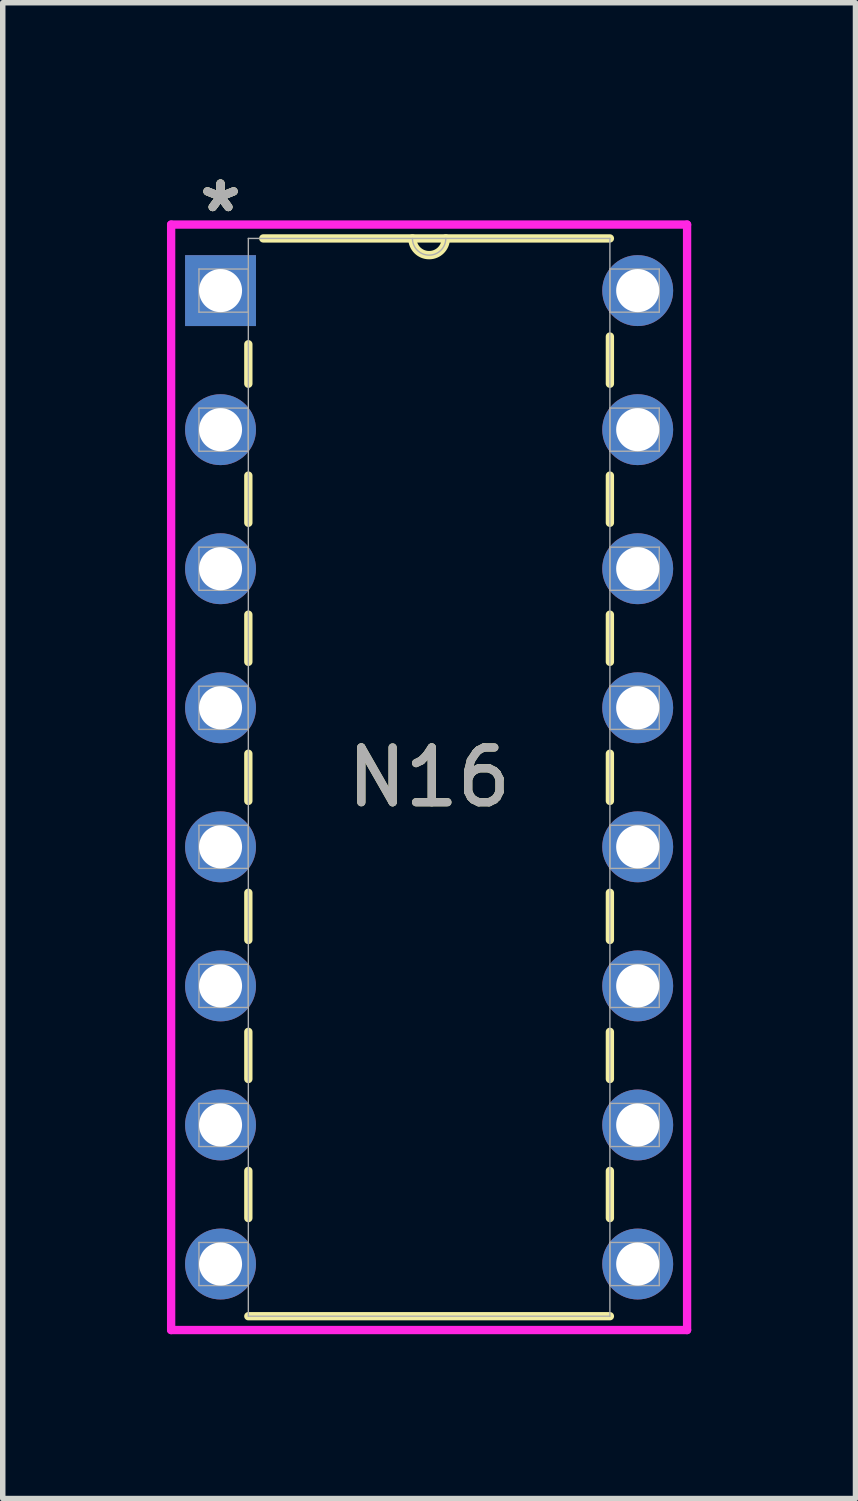
<source format=kicad_pcb>
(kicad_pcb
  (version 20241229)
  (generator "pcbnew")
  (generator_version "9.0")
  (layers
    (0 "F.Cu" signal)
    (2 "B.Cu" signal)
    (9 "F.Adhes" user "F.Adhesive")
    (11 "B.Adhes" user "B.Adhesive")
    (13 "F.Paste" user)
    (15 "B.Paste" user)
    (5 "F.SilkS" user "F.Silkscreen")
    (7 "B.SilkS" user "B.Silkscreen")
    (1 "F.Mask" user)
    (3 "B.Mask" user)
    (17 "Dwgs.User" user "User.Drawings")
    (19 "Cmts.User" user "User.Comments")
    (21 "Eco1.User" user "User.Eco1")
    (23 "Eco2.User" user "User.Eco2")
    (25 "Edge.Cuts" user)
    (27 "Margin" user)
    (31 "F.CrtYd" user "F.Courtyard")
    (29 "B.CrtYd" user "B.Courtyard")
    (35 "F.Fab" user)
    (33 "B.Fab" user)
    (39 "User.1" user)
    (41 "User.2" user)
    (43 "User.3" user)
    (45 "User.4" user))
  (footprint "N16"
    (layer "F.Cu")
    (at 8.598 20.038)
    (property "Reference" "N16" (at -3.81 -8.89 0) (unlocked yes) (layer "F.SilkS") (effects (font (size 1 1) (thickness 0.15))))
    (attr through_hole)
    (fp_line (start -7.112 -16.8) (end -7.112 -16.079) (stroke (width 0.152) (type solid)) (layer "F.SilkS"))
    (fp_line (start -7.112 -14.401) (end -7.112 -13.539) (stroke (width 0.152) (type solid)) (layer "F.SilkS"))
    (fp_line (start -7.112 -11.861) (end -7.112 -10.999) (stroke (width 0.152) (type solid)) (layer "F.SilkS"))
    (fp_line (start -7.112 -9.321) (end -7.112 -8.459) (stroke (width 0.152) (type solid)) (layer "F.SilkS"))
    (fp_line (start -7.112 -6.781) (end -7.112 -5.919) (stroke (width 0.152) (type solid)) (layer "F.SilkS"))
    (fp_line (start -7.112 -4.241) (end -7.112 -3.379) (stroke (width 0.152) (type solid)) (layer "F.SilkS"))
    (fp_line (start -7.112 -1.701) (end -7.112 -0.839) (stroke (width 0.152) (type solid)) (layer "F.SilkS"))
    (fp_line (start -7.112 0.953) (end -0.508 0.953) (stroke (width 0.152) (type solid)) (layer "F.SilkS"))
    (fp_line (start -0.508 -18.733) (end -6.839 -18.733) (stroke (width 0.152) (type solid)) (layer "F.SilkS"))
    (fp_line (start -0.508 -16.079) (end -0.508 -16.941) (stroke (width 0.152) (type solid)) (layer "F.SilkS"))
    (fp_line (start -0.508 -13.539) (end -0.508 -14.401) (stroke (width 0.152) (type solid)) (layer "F.SilkS"))
    (fp_line (start -0.508 -10.999) (end -0.508 -11.861) (stroke (width 0.152) (type solid)) (layer "F.SilkS"))
    (fp_line (start -0.508 -8.459) (end -0.508 -9.321) (stroke (width 0.152) (type solid)) (layer "F.SilkS"))
    (fp_line (start -0.508 -5.919) (end -0.508 -6.781) (stroke (width 0.152) (type solid)) (layer "F.SilkS"))
    (fp_line (start -0.508 -3.379) (end -0.508 -4.241) (stroke (width 0.152) (type solid)) (layer "F.SilkS"))
    (fp_line (start -0.508 -0.839) (end -0.508 -1.701) (stroke (width 0.152) (type solid)) (layer "F.SilkS"))
    (fp_arc (start -3.5052 -18.7325) (mid -3.81 -18.4277) (end -4.1148 -18.7325) (stroke (width 0.1524) (type solid)) (layer "F.SilkS"))
    (fp_line (start -8.522 -18.986) (end -8.522 1.206) (stroke (width 0.152) (type solid)) (layer "F.CrtYd"))
    (fp_line (start -8.522 1.206) (end 0.902 1.206) (stroke (width 0.152) (type solid)) (layer "F.CrtYd"))
    (fp_line (start 0.902 -18.986) (end -8.522 -18.986) (stroke (width 0.152) (type solid)) (layer "F.CrtYd"))
    (fp_line (start 0.902 1.206) (end 0.902 -18.986) (stroke (width 0.152) (type solid)) (layer "F.CrtYd"))
    (fp_line (start -8.014 -18.174) (end -8.014 -17.386) (stroke (width 0.025) (type solid)) (layer "F.Fab"))
    (fp_line (start -8.014 -17.386) (end -7.112 -17.386) (stroke (width 0.025) (type solid)) (layer "F.Fab"))
    (fp_line (start -8.014 -15.634) (end -8.014 -14.846) (stroke (width 0.025) (type solid)) (layer "F.Fab"))
    (fp_line (start -8.014 -14.846) (end -7.112 -14.846) (stroke (width 0.025) (type solid)) (layer "F.Fab"))
    (fp_line (start -8.014 -13.094) (end -8.014 -12.306) (stroke (width 0.025) (type solid)) (layer "F.Fab"))
    (fp_line (start -8.014 -12.306) (end -7.112 -12.306) (stroke (width 0.025) (type solid)) (layer "F.Fab"))
    (fp_line (start -8.014 -10.554) (end -8.014 -9.766) (stroke (width 0.025) (type solid)) (layer "F.Fab"))
    (fp_line (start -8.014 -9.766) (end -7.112 -9.766) (stroke (width 0.025) (type solid)) (layer "F.Fab"))
    (fp_line (start -8.014 -8.014) (end -8.014 -7.226) (stroke (width 0.025) (type solid)) (layer "F.Fab"))
    (fp_line (start -8.014 -7.226) (end -7.112 -7.226) (stroke (width 0.025) (type solid)) (layer "F.Fab"))
    (fp_line (start -8.014 -5.474) (end -8.014 -4.686) (stroke (width 0.025) (type solid)) (layer "F.Fab"))
    (fp_line (start -8.014 -4.686) (end -7.112 -4.686) (stroke (width 0.025) (type solid)) (layer "F.Fab"))
    (fp_line (start -8.014 -2.934) (end -8.014 -2.146) (stroke (width 0.025) (type solid)) (layer "F.Fab"))
    (fp_line (start -8.014 -2.146) (end -7.112 -2.146) (stroke (width 0.025) (type solid)) (layer "F.Fab"))
    (fp_line (start -8.014 -0.394) (end -8.014 0.394) (stroke (width 0.025) (type solid)) (layer "F.Fab"))
    (fp_line (start -8.014 0.394) (end -7.112 0.394) (stroke (width 0.025) (type solid)) (layer "F.Fab"))
    (fp_line (start -7.112 -18.733) (end -7.112 0.953) (stroke (width 0.025) (type solid)) (layer "F.Fab"))
    (fp_line (start -7.112 -18.174) (end -8.014 -18.174) (stroke (width 0.025) (type solid)) (layer "F.Fab"))
    (fp_line (start -7.112 -17.386) (end -7.112 -18.174) (stroke (width 0.025) (type solid)) (layer "F.Fab"))
    (fp_line (start -7.112 -15.634) (end -8.014 -15.634) (stroke (width 0.025) (type solid)) (layer "F.Fab"))
    (fp_line (start -7.112 -14.846) (end -7.112 -15.634) (stroke (width 0.025) (type solid)) (layer "F.Fab"))
    (fp_line (start -7.112 -13.094) (end -8.014 -13.094) (stroke (width 0.025) (type solid)) (layer "F.Fab"))
    (fp_line (start -7.112 -12.306) (end -7.112 -13.094) (stroke (width 0.025) (type solid)) (layer "F.Fab"))
    (fp_line (start -7.112 -10.554) (end -8.014 -10.554) (stroke (width 0.025) (type solid)) (layer "F.Fab"))
    (fp_line (start -7.112 -9.766) (end -7.112 -10.554) (stroke (width 0.025) (type solid)) (layer "F.Fab"))
    (fp_line (start -7.112 -8.014) (end -8.014 -8.014) (stroke (width 0.025) (type solid)) (layer "F.Fab"))
    (fp_line (start -7.112 -7.226) (end -7.112 -8.014) (stroke (width 0.025) (type solid)) (layer "F.Fab"))
    (fp_line (start -7.112 -5.474) (end -8.014 -5.474) (stroke (width 0.025) (type solid)) (layer "F.Fab"))
    (fp_line (start -7.112 -4.686) (end -7.112 -5.474) (stroke (width 0.025) (type solid)) (layer "F.Fab"))
    (fp_line (start -7.112 -2.934) (end -8.014 -2.934) (stroke (width 0.025) (type solid)) (layer "F.Fab"))
    (fp_line (start -7.112 -2.146) (end -7.112 -2.934) (stroke (width 0.025) (type solid)) (layer "F.Fab"))
    (fp_line (start -7.112 -0.394) (end -8.014 -0.394) (stroke (width 0.025) (type solid)) (layer "F.Fab"))
    (fp_line (start -7.112 0.394) (end -7.112 -0.394) (stroke (width 0.025) (type solid)) (layer "F.Fab"))
    (fp_line (start -7.112 0.953) (end -0.508 0.953) (stroke (width 0.025) (type solid)) (layer "F.Fab"))
    (fp_line (start -0.508 -18.733) (end -7.112 -18.733) (stroke (width 0.025) (type solid)) (layer "F.Fab"))
    (fp_line (start -0.508 -18.174) (end -0.508 -17.386) (stroke (width 0.025) (type solid)) (layer "F.Fab"))
    (fp_line (start -0.508 -17.386) (end 0.394 -17.386) (stroke (width 0.025) (type solid)) (layer "F.Fab"))
    (fp_line (start -0.508 -15.634) (end -0.508 -14.846) (stroke (width 0.025) (type solid)) (layer "F.Fab"))
    (fp_line (start -0.508 -14.846) (end 0.394 -14.846) (stroke (width 0.025) (type solid)) (layer "F.Fab"))
    (fp_line (start -0.508 -13.094) (end -0.508 -12.306) (stroke (width 0.025) (type solid)) (layer "F.Fab"))
    (fp_line (start -0.508 -12.306) (end 0.394 -12.306) (stroke (width 0.025) (type solid)) (layer "F.Fab"))
    (fp_line (start -0.508 -10.554) (end -0.508 -9.766) (stroke (width 0.025) (type solid)) (layer "F.Fab"))
    (fp_line (start -0.508 -9.766) (end 0.394 -9.766) (stroke (width 0.025) (type solid)) (layer "F.Fab"))
    (fp_line (start -0.508 -8.014) (end -0.508 -7.226) (stroke (width 0.025) (type solid)) (layer "F.Fab"))
    (fp_line (start -0.508 -7.226) (end 0.394 -7.226) (stroke (width 0.025) (type solid)) (layer "F.Fab"))
    (fp_line (start -0.508 -5.474) (end -0.508 -4.686) (stroke (width 0.025) (type solid)) (layer "F.Fab"))
    (fp_line (start -0.508 -4.686) (end 0.394 -4.686) (stroke (width 0.025) (type solid)) (layer "F.Fab"))
    (fp_line (start -0.508 -2.934) (end -0.508 -2.146) (stroke (width 0.025) (type solid)) (layer "F.Fab"))
    (fp_line (start -0.508 -2.146) (end 0.394 -2.146) (stroke (width 0.025) (type solid)) (layer "F.Fab"))
    (fp_line (start -0.508 -0.394) (end -0.508 0.394) (stroke (width 0.025) (type solid)) (layer "F.Fab"))
    (fp_line (start -0.508 0.394) (end 0.394 0.394) (stroke (width 0.025) (type solid)) (layer "F.Fab"))
    (fp_line (start -0.508 0.953) (end -0.508 -18.733) (stroke (width 0.025) (type solid)) (layer "F.Fab"))
    (fp_line (start 0.394 -18.174) (end -0.508 -18.174) (stroke (width 0.025) (type solid)) (layer "F.Fab"))
    (fp_line (start 0.394 -17.386) (end 0.394 -18.174) (stroke (width 0.025) (type solid)) (layer "F.Fab"))
    (fp_line (start 0.394 -15.634) (end -0.508 -15.634) (stroke (width 0.025) (type solid)) (layer "F.Fab"))
    (fp_line (start 0.394 -14.846) (end 0.394 -15.634) (stroke (width 0.025) (type solid)) (layer "F.Fab"))
    (fp_line (start 0.394 -13.094) (end -0.508 -13.094) (stroke (width 0.025) (type solid)) (layer "F.Fab"))
    (fp_line (start 0.394 -12.306) (end 0.394 -13.094) (stroke (width 0.025) (type solid)) (layer "F.Fab"))
    (fp_line (start 0.394 -10.554) (end -0.508 -10.554) (stroke (width 0.025) (type solid)) (layer "F.Fab"))
    (fp_line (start 0.394 -9.766) (end 0.394 -10.554) (stroke (width 0.025) (type solid)) (layer "F.Fab"))
    (fp_line (start 0.394 -8.014) (end -0.508 -8.014) (stroke (width 0.025) (type solid)) (layer "F.Fab"))
    (fp_line (start 0.394 -7.226) (end 0.394 -8.014) (stroke (width 0.025) (type solid)) (layer "F.Fab"))
    (fp_line (start 0.394 -5.474) (end -0.508 -5.474) (stroke (width 0.025) (type solid)) (layer "F.Fab"))
    (fp_line (start 0.394 -4.686) (end 0.394 -5.474) (stroke (width 0.025) (type solid)) (layer "F.Fab"))
    (fp_line (start 0.394 -2.934) (end -0.508 -2.934) (stroke (width 0.025) (type solid)) (layer "F.Fab"))
    (fp_line (start 0.394 -2.146) (end 0.394 -2.934) (stroke (width 0.025) (type solid)) (layer "F.Fab"))
    (fp_line (start 0.394 -0.394) (end -0.508 -0.394) (stroke (width 0.025) (type solid)) (layer "F.Fab"))
    (fp_line (start 0.394 0.394) (end 0.394 -0.394) (stroke (width 0.025) (type solid)) (layer "F.Fab"))
    (fp_arc (start -3.5052 -18.7325) (mid -3.81 -18.4277) (end -4.1148 -18.7325) (stroke (width 0.0254) (type solid)) (layer "F.Fab"))
    (fp_text user "*" (at -7.62 -19.19 0) (unlocked yes) (layer "F.SilkS") (effects (font (size 1 1) (thickness 0.15))))
    (fp_text user "*" (at -7.62 -19.19 0) (layer "F.SilkS") (effects (font (size 1 1) (thickness 0.15))))
    (fp_text user "${REFERENCE}" (at -3.81 -8.89 0) (unlocked yes) (layer "F.Fab") (effects (font (size 1 1) (thickness 0.15))))
    (fp_text user "*" (at -7.62 -19.19 0) (layer "F.Fab") (effects (font (size 1 1) (thickness 0.15))))
    (fp_text user "*" (at -7.62 -19.19 0) (unlocked yes) (layer "F.Fab") (effects (font (size 1 1) (thickness 0.15))))
    (pad "1" thru_hole rect (at -7.62 -17.78) (size 1.295 1.295) (drill 0.787) (layers "*.Cu" "*.Mask"))
    (pad "2" thru_hole circle (at -7.62 -15.24) (size 1.295 1.295) (drill 0.787) (layers "*.Cu" "*.Mask"))
    (pad "3" thru_hole circle (at -7.62 -12.7) (size 1.295 1.295) (drill 0.787) (layers "*.Cu" "*.Mask"))
    (pad "4" thru_hole circle (at -7.62 -10.16) (size 1.295 1.295) (drill 0.787) (layers "*.Cu" "*.Mask"))
    (pad "5" thru_hole circle (at -7.62 -7.62) (size 1.295 1.295) (drill 0.787) (layers "*.Cu" "*.Mask"))
    (pad "6" thru_hole circle (at -7.62 -5.08) (size 1.295 1.295) (drill 0.787) (layers "*.Cu" "*.Mask"))
    (pad "7" thru_hole circle (at -7.62 -2.54) (size 1.295 1.295) (drill 0.787) (layers "*.Cu" "*.Mask"))
    (pad "8" thru_hole circle (at -7.62 0) (size 1.295 1.295) (drill 0.787) (layers "*.Cu" "*.Mask"))
    (pad "9" thru_hole circle (at 0 0) (size 1.295 1.295) (drill 0.787) (layers "*.Cu" "*.Mask"))
    (pad "10" thru_hole circle (at 0 -2.54) (size 1.295 1.295) (drill 0.787) (layers "*.Cu" "*.Mask"))
    (pad "11" thru_hole circle (at 0 -5.08) (size 1.295 1.295) (drill 0.787) (layers "*.Cu" "*.Mask"))
    (pad "12" thru_hole circle (at 0 -7.62) (size 1.295 1.295) (drill 0.787) (layers "*.Cu" "*.Mask"))
    (pad "13" thru_hole circle (at 0 -10.16) (size 1.295 1.295) (drill 0.787) (layers "*.Cu" "*.Mask"))
    (pad "14" thru_hole circle (at 0 -12.7) (size 1.295 1.295) (drill 0.787) (layers "*.Cu" "*.Mask"))
    (pad "15" thru_hole circle (at 0 -15.24) (size 1.295 1.295) (drill 0.787) (layers "*.Cu" "*.Mask"))
    (pad "16" thru_hole circle (at 0 -17.78) (size 1.295 1.295) (drill 0.787) (layers "*.Cu" "*.Mask")))
  (gr_rect
    (start -3 -3)
    (end 12.576 24.321)
    (stroke (width 0.1) (type default))
    (fill no)
    (layer "Edge.Cuts")))
</source>
